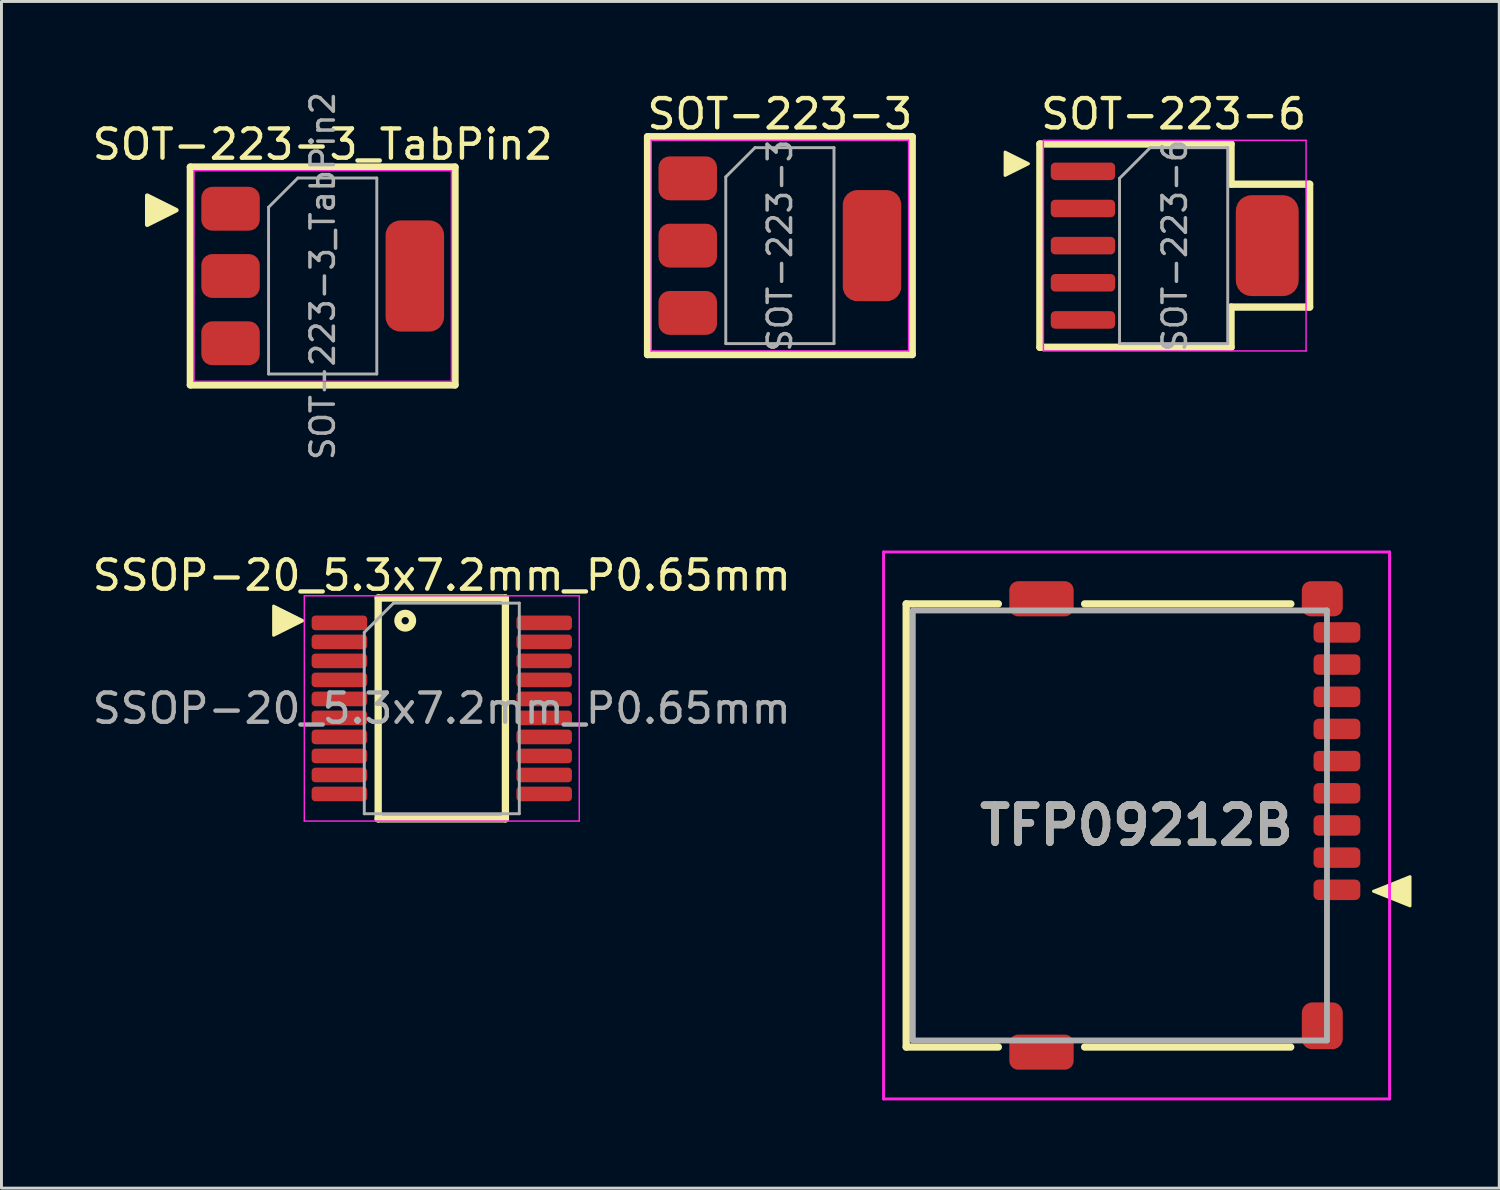
<source format=kicad_pcb>
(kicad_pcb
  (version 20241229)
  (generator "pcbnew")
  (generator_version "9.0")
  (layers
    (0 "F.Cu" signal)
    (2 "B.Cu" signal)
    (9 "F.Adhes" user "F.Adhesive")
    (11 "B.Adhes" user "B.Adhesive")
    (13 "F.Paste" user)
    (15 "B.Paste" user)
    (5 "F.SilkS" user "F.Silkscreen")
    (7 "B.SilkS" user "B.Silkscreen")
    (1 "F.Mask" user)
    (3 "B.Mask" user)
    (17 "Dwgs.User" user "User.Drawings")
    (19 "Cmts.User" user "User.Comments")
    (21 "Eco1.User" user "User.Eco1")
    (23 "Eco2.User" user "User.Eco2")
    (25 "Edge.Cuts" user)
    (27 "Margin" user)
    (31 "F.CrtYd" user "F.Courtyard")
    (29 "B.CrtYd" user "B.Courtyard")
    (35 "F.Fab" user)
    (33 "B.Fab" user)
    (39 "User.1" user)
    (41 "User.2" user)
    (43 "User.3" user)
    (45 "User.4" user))
  (footprint "SOT-223-3_TabPin2"
    (layer "F.Cu")
    (at 7.982 6.386)
    (property "Reference" "SOT-223-3_TabPin2" (at 0 -4.5 0) (layer "F.SilkS") (effects (font (size 1 1) (thickness 0.15))))
    (attr smd)
    (fp_line (start -4.524 -3.724) (end 4.524 -3.724) (stroke (width 0.25) (type solid)) (layer "F.SilkS"))
    (fp_line (start -4.524 3.724) (end -4.524 -3.724) (stroke (width 0.25) (type solid)) (layer "F.SilkS"))
    (fp_line (start 4.524 -3.724) (end 4.524 3.724) (stroke (width 0.25) (type solid)) (layer "F.SilkS"))
    (fp_line (start 4.524 3.724) (end -4.524 3.724) (stroke (width 0.25) (type solid)) (layer "F.SilkS"))
    (fp_poly (pts (xy -5 -2.25) (xy -6 -1.75) (xy -6 -2.75)) (stroke (width 0.15) (type solid)) (fill yes) (layer "F.SilkS"))
    (fp_line (start -4.4 -3.6) (end -4.4 3.6) (stroke (width 0.05) (type solid)) (layer "F.CrtYd"))
    (fp_line (start -4.4 3.6) (end 4.4 3.6) (stroke (width 0.05) (type solid)) (layer "F.CrtYd"))
    (fp_line (start 4.4 -3.6) (end -4.4 -3.6) (stroke (width 0.05) (type solid)) (layer "F.CrtYd"))
    (fp_line (start 4.4 3.6) (end 4.4 -3.6) (stroke (width 0.05) (type solid)) (layer "F.CrtYd"))
    (fp_line (start -1.85 -2.35) (end -1.85 3.35) (stroke (width 0.1) (type solid)) (layer "F.Fab"))
    (fp_line (start -1.85 -2.35) (end -0.85 -3.35) (stroke (width 0.1) (type solid)) (layer "F.Fab"))
    (fp_line (start -1.85 3.35) (end 1.85 3.35) (stroke (width 0.1) (type solid)) (layer "F.Fab"))
    (fp_line (start -0.85 -3.35) (end 1.85 -3.35) (stroke (width 0.1) (type solid)) (layer "F.Fab"))
    (fp_line (start 1.85 -3.35) (end 1.85 3.35) (stroke (width 0.1) (type solid)) (layer "F.Fab"))
    (fp_text user "${REFERENCE}" (at 0 0 90) (layer "F.Fab") (effects (font (size 0.8 0.8) (thickness 0.12))))
    (pad "1" smd roundrect (at -3.15 -2.3) (size 2 1.5) (layers "F.Cu" "F.Mask" "F.Paste") (roundrect_rratio 0.25))
    (pad "2" smd roundrect (at -3.15 0) (size 2 1.5) (layers "F.Cu" "F.Mask" "F.Paste") (roundrect_rratio 0.25))
    (pad "2" smd roundrect (at 3.15 0) (size 2 3.8) (layers "F.Cu" "F.Mask" "F.Paste") (roundrect_rratio 0.25))
    (pad "3" smd roundrect (at -3.15 2.3) (size 2 1.5) (layers "F.Cu" "F.Mask" "F.Paste") (roundrect_rratio 0.25)))
  (footprint "TFP09212B"
    (layer "F.Cu")
    (at 28.157 25.171)
    (property "Reference" "TFP09212B" (at 7.65 0 0) (layer "F.SilkS") (effects (font (size 1.27 1.27) (thickness 0.254))))
    (attr through_hole)
    (fp_line (start -0.225 -7.575) (end -0.225 7.575) (stroke (width 0.25) (type solid)) (layer "F.SilkS"))
    (fp_line (start -0.225 7.575) (end 2.925 7.575) (stroke (width 0.25) (type solid)) (layer "F.SilkS"))
    (fp_line (start 2.925 -7.575) (end -0.225 -7.575) (stroke (width 0.25) (type solid)) (layer "F.SilkS"))
    (fp_line (start 5.875 7.575) (end 12.92 7.575) (stroke (width 0.25) (type solid)) (layer "F.SilkS"))
    (fp_line (start 12.925 -7.575) (end 5.875 -7.575) (stroke (width 0.25) (type solid)) (layer "F.SilkS"))
    (fp_poly (pts (xy 17 2.75) (xy 15.75 2.25) (xy 17 1.75)) (stroke (width 0.1) (type solid)) (fill yes) (layer "F.SilkS"))
    (fp_line (start -1 -9.35) (end 16.3 -9.35) (stroke (width 0.1) (type solid)) (layer "F.CrtYd"))
    (fp_line (start -1 9.35) (end -1 -9.35) (stroke (width 0.1) (type solid)) (layer "F.CrtYd"))
    (fp_line (start 16.3 -9.35) (end 16.3 9.35) (stroke (width 0.1) (type solid)) (layer "F.CrtYd"))
    (fp_line (start 16.3 9.35) (end -1 9.35) (stroke (width 0.1) (type solid)) (layer "F.CrtYd"))
    (fp_line (start 0 -7.35) (end 14.16 -7.35) (stroke (width 0.2) (type solid)) (layer "F.Fab"))
    (fp_line (start 0 7.35) (end 0 -7.35) (stroke (width 0.2) (type solid)) (layer "F.Fab"))
    (fp_line (start 14.16 -7.35) (end 14.16 7.35) (stroke (width 0.2) (type solid)) (layer "F.Fab"))
    (fp_line (start 14.16 7.35) (end 0 7.35) (stroke (width 0.2) (type solid)) (layer "F.Fab"))
    (fp_text user "${REFERENCE}" (at 7.65 0 0) (layer "F.Fab") (effects (font (size 1.27 1.27) (thickness 0.254))))
    (pad "" np_thru_hole circle (at 4 -4.93) (size 0.001 0.001) (drill 1) (layers "*.Cu" "*.Mask"))
    (pad "" np_thru_hole circle (at 4 3.05) (size 0.001 0.001) (drill 1) (layers "*.Cu" "*.Mask"))
    (pad "1" smd roundrect (at 14.5 2.2 90) (size 0.7 1.6) (layers "F.Cu" "F.Mask" "F.Paste") (roundrect_rratio 0.25))
    (pad "2" smd roundrect (at 14.5 1.1 90) (size 0.7 1.6) (layers "F.Cu" "F.Mask" "F.Paste") (roundrect_rratio 0.25))
    (pad "3" smd roundrect (at 14.5 0 90) (size 0.7 1.6) (layers "F.Cu" "F.Mask" "F.Paste") (roundrect_rratio 0.25))
    (pad "4" smd roundrect (at 14.5 -1.1 90) (size 0.7 1.6) (layers "F.Cu" "F.Mask" "F.Paste") (roundrect_rratio 0.25))
    (pad "5" smd roundrect (at 14.5 -2.2 90) (size 0.7 1.6) (layers "F.Cu" "F.Mask" "F.Paste") (roundrect_rratio 0.25))
    (pad "6" smd roundrect (at 14.5 -3.3 90) (size 0.7 1.6) (layers "F.Cu" "F.Mask" "F.Paste") (roundrect_rratio 0.25))
    (pad "7" smd roundrect (at 14.5 -4.4 90) (size 0.7 1.6) (layers "F.Cu" "F.Mask" "F.Paste") (roundrect_rratio 0.25))
    (pad "8" smd roundrect (at 14.5 -5.5 90) (size 0.7 1.6) (layers "F.Cu" "F.Mask" "F.Paste") (roundrect_rratio 0.25))
    (pad "9" smd roundrect (at 14.5 -6.6 90) (size 0.7 1.6) (layers "F.Cu" "F.Mask" "F.Paste") (roundrect_rratio 0.25))
    (pad "10" smd roundrect (at 14 -7.75 90) (size 1.2 1.4) (layers "F.Cu" "F.Mask" "F.Paste") (roundrect_rratio 0.25))
    (pad "11" smd roundrect (at 4.4 -7.75 90) (size 1.2 2.2) (layers "F.Cu" "F.Mask" "F.Paste") (roundrect_rratio 0.25))
    (pad "12" smd roundrect (at 4.4 7.75 90) (size 1.2 2.2) (layers "F.Cu" "F.Mask" "F.Paste") (roundrect_rratio 0.25))
    (pad "13" smd roundrect (at 14 6.85) (size 1.4 1.6) (layers "F.Cu" "F.Mask" "F.Paste") (roundrect_rratio 0.25)))
  (footprint "SSOP-20_5.3x7.2mm_P0.65mm"
    (layer "F.Cu")
    (at 12.054 21.17)
    (property "Reference" "SSOP-20_5.3x7.2mm_P0.65mm" (at 0 -4.55 0) (layer "F.SilkS") (effects (font (size 1 1) (thickness 0.15))))
    (attr smd)
    (fp_line (start -2.175 3.775) (end -2.175 -3.775) (stroke (width 0.25) (type solid)) (layer "F.SilkS"))
    (fp_line (start 2.175 -3.775) (end -2.175 -3.775) (stroke (width 0.25) (type solid)) (layer "F.SilkS"))
    (fp_line (start 2.175 3.775) (end -2.175 3.775) (stroke (width 0.25) (type solid)) (layer "F.SilkS"))
    (fp_line (start 2.175 3.775) (end 2.175 -3.775) (stroke (width 0.25) (type solid)) (layer "F.SilkS"))
    (fp_circle (center -1.25 -3) (end -1.25 -3.25) (stroke (width 0.25) (type solid)) (fill no) (layer "F.SilkS"))
    (fp_poly (pts (xy -4.75 -3) (xy -5.75 -2.5) (xy -5.75 -3.5)) (stroke (width 0.1) (type solid)) (fill yes) (layer "F.SilkS"))
    (fp_line (start -4.7 -3.85) (end -4.7 3.85) (stroke (width 0.05) (type solid)) (layer "F.CrtYd"))
    (fp_line (start -4.7 3.85) (end 4.7 3.85) (stroke (width 0.05) (type solid)) (layer "F.CrtYd"))
    (fp_line (start 4.7 -3.85) (end -4.7 -3.85) (stroke (width 0.05) (type solid)) (layer "F.CrtYd"))
    (fp_line (start 4.7 3.85) (end 4.7 -3.85) (stroke (width 0.05) (type solid)) (layer "F.CrtYd"))
    (fp_line (start -2.65 -2.6) (end -1.65 -3.6) (stroke (width 0.1) (type solid)) (layer "F.Fab"))
    (fp_line (start -2.65 3.6) (end -2.65 -2.6) (stroke (width 0.1) (type solid)) (layer "F.Fab"))
    (fp_line (start -1.65 -3.6) (end 2.65 -3.6) (stroke (width 0.1) (type solid)) (layer "F.Fab"))
    (fp_line (start 2.65 -3.6) (end 2.65 3.6) (stroke (width 0.1) (type solid)) (layer "F.Fab"))
    (fp_line (start 2.65 3.6) (end -2.65 3.6) (stroke (width 0.1) (type solid)) (layer "F.Fab"))
    (fp_text user "${REFERENCE}" (at 0 0 0) (layer "F.Fab") (effects (font (size 1 1) (thickness 0.15))))
    (pad "1" smd roundrect (at -3.5 -2.925) (size 1.9 0.5) (layers "F.Cu" "F.Mask" "F.Paste") (roundrect_rratio 0.25))
    (pad "2" smd roundrect (at -3.5 -2.275) (size 1.9 0.5) (layers "F.Cu" "F.Mask" "F.Paste") (roundrect_rratio 0.25))
    (pad "3" smd roundrect (at -3.5 -1.625) (size 1.9 0.5) (layers "F.Cu" "F.Mask" "F.Paste") (roundrect_rratio 0.25))
    (pad "4" smd roundrect (at -3.5 -0.975) (size 1.9 0.5) (layers "F.Cu" "F.Mask" "F.Paste") (roundrect_rratio 0.25))
    (pad "5" smd roundrect (at -3.5 -0.325) (size 1.9 0.5) (layers "F.Cu" "F.Mask" "F.Paste") (roundrect_rratio 0.25))
    (pad "6" smd roundrect (at -3.5 0.325) (size 1.9 0.5) (layers "F.Cu" "F.Mask" "F.Paste") (roundrect_rratio 0.25))
    (pad "7" smd roundrect (at -3.5 0.975) (size 1.9 0.5) (layers "F.Cu" "F.Mask" "F.Paste") (roundrect_rratio 0.25))
    (pad "8" smd roundrect (at -3.5 1.625) (size 1.9 0.5) (layers "F.Cu" "F.Mask" "F.Paste") (roundrect_rratio 0.25))
    (pad "9" smd roundrect (at -3.5 2.275) (size 1.9 0.5) (layers "F.Cu" "F.Mask" "F.Paste") (roundrect_rratio 0.25))
    (pad "10" smd roundrect (at -3.5 2.925) (size 1.9 0.5) (layers "F.Cu" "F.Mask" "F.Paste") (roundrect_rratio 0.25))
    (pad "11" smd roundrect (at 3.5 2.925) (size 1.9 0.5) (layers "F.Cu" "F.Mask" "F.Paste") (roundrect_rratio 0.25))
    (pad "12" smd roundrect (at 3.5 2.275) (size 1.9 0.5) (layers "F.Cu" "F.Mask" "F.Paste") (roundrect_rratio 0.25))
    (pad "13" smd roundrect (at 3.5 1.625) (size 1.9 0.5) (layers "F.Cu" "F.Mask" "F.Paste") (roundrect_rratio 0.25))
    (pad "14" smd roundrect (at 3.5 0.975) (size 1.9 0.5) (layers "F.Cu" "F.Mask" "F.Paste") (roundrect_rratio 0.25))
    (pad "15" smd roundrect (at 3.5 0.325) (size 1.9 0.5) (layers "F.Cu" "F.Mask" "F.Paste") (roundrect_rratio 0.25))
    (pad "16" smd roundrect (at 3.5 -0.325) (size 1.9 0.5) (layers "F.Cu" "F.Mask" "F.Paste") (roundrect_rratio 0.25))
    (pad "17" smd roundrect (at 3.5 -0.975) (size 1.9 0.5) (layers "F.Cu" "F.Mask" "F.Paste") (roundrect_rratio 0.25))
    (pad "18" smd roundrect (at 3.5 -1.625) (size 1.9 0.5) (layers "F.Cu" "F.Mask" "F.Paste") (roundrect_rratio 0.25))
    (pad "19" smd roundrect (at 3.5 -2.275) (size 1.9 0.5) (layers "F.Cu" "F.Mask" "F.Paste") (roundrect_rratio 0.25))
    (pad "20" smd roundrect (at 3.5 -2.925) (size 1.9 0.5) (layers "F.Cu" "F.Mask" "F.Paste") (roundrect_rratio 0.25)))
  (footprint "SOT-223-3"
    (layer "F.Cu")
    (at 23.613 5.348)
    (property "Reference" "SOT-223-3" (at 0 -4.5 0) (layer "F.SilkS") (effects (font (size 1 1) (thickness 0.15))))
    (attr smd)
    (fp_line (start -4.524 -3.724) (end 4.524 -3.724) (stroke (width 0.25) (type solid)) (layer "F.SilkS"))
    (fp_line (start -4.524 3.724) (end -4.524 -3.724) (stroke (width 0.25) (type solid)) (layer "F.SilkS"))
    (fp_line (start 4.524 -3.724) (end 4.524 3.724) (stroke (width 0.25) (type solid)) (layer "F.SilkS"))
    (fp_line (start 4.524 3.724) (end -4.524 3.724) (stroke (width 0.25) (type solid)) (layer "F.SilkS"))
    (fp_line (start -4.4 -3.6) (end -4.4 3.6) (stroke (width 0.05) (type solid)) (layer "F.CrtYd"))
    (fp_line (start -4.4 3.6) (end 4.4 3.6) (stroke (width 0.05) (type solid)) (layer "F.CrtYd"))
    (fp_line (start 4.4 -3.6) (end -4.4 -3.6) (stroke (width 0.05) (type solid)) (layer "F.CrtYd"))
    (fp_line (start 4.4 3.6) (end 4.4 -3.6) (stroke (width 0.05) (type solid)) (layer "F.CrtYd"))
    (fp_line (start -1.85 -2.35) (end -1.85 3.35) (stroke (width 0.1) (type solid)) (layer "F.Fab"))
    (fp_line (start -1.85 -2.35) (end -0.85 -3.35) (stroke (width 0.1) (type solid)) (layer "F.Fab"))
    (fp_line (start -1.85 3.35) (end 1.85 3.35) (stroke (width 0.1) (type solid)) (layer "F.Fab"))
    (fp_line (start -0.85 -3.35) (end 1.85 -3.35) (stroke (width 0.1) (type solid)) (layer "F.Fab"))
    (fp_line (start 1.85 -3.35) (end 1.85 3.35) (stroke (width 0.1) (type solid)) (layer "F.Fab"))
    (fp_text user "${REFERENCE}" (at 0 0 90) (layer "F.Fab") (effects (font (size 0.8 0.8) (thickness 0.12))))
    (pad "1" smd roundrect (at -3.15 -2.3) (size 2 1.5) (layers "F.Cu" "F.Mask" "F.Paste") (roundrect_rratio 0.25))
    (pad "2" smd roundrect (at -3.15 0) (size 2 1.5) (layers "F.Cu" "F.Mask" "F.Paste") (roundrect_rratio 0.25))
    (pad "3" smd roundrect (at -3.15 2.3) (size 2 1.5) (layers "F.Cu" "F.Mask" "F.Paste") (roundrect_rratio 0.25))
    (pad "4" smd roundrect (at 3.15 0) (size 2 3.8) (layers "F.Cu" "F.Mask" "F.Paste") (roundrect_rratio 0.25)))
  (footprint "SOT-223-6"
    (layer "F.Cu")
    (at 37.112 5.348)
    (property "Reference" "SOT-223-6" (at -0.037 -4.5 0) (layer "F.SilkS") (effects (font (size 1 1) (thickness 0.15))))
    (attr smd)
    (fp_line (start -4.61 -3.475) (end -4.61 3.475) (stroke (width 0.25) (type solid)) (layer "F.SilkS"))
    (fp_line (start -4.61 -3.475) (end 1.925 -3.475) (stroke (width 0.25) (type solid)) (layer "F.SilkS"))
    (fp_line (start -4.61 3.475) (end 1.925 3.475) (stroke (width 0.25) (type solid)) (layer "F.SilkS"))
    (fp_line (start 1.925 -3.475) (end 1.925 -2.1) (stroke (width 0.25) (type solid)) (layer "F.SilkS"))
    (fp_line (start 1.925 -2.1) (end 4.612 -2.1) (stroke (width 0.25) (type solid)) (layer "F.SilkS"))
    (fp_line (start 1.925 2.1) (end 4.612 2.1) (stroke (width 0.25) (type solid)) (layer "F.SilkS"))
    (fp_line (start 1.925 3.475) (end 1.925 2.1) (stroke (width 0.25) (type solid)) (layer "F.SilkS"))
    (fp_line (start 4.612 -2.1) (end 4.612 2.1) (stroke (width 0.25) (type solid)) (layer "F.SilkS"))
    (fp_poly (pts (xy -5 -2.8) (xy -5.8 -2.4) (xy -5.8 -3.2)) (stroke (width 0.1) (type solid)) (fill yes) (layer "F.SilkS"))
    (fp_line (start -4.49 -3.6) (end -4.49 3.6) (stroke (width 0.05) (type solid)) (layer "F.CrtYd"))
    (fp_line (start -4.49 -3.6) (end 4.49 -3.6) (stroke (width 0.05) (type solid)) (layer "F.CrtYd"))
    (fp_line (start 4.49 3.6) (end -4.49 3.6) (stroke (width 0.05) (type solid)) (layer "F.CrtYd"))
    (fp_line (start 4.49 3.6) (end 4.49 -3.6) (stroke (width 0.05) (type solid)) (layer "F.CrtYd"))
    (fp_line (start -1.887 -2.3) (end -1.887 3.35) (stroke (width 0.1) (type solid)) (layer "F.Fab"))
    (fp_line (start -1.887 -2.3) (end -0.838 -3.35) (stroke (width 0.1) (type solid)) (layer "F.Fab"))
    (fp_line (start -1.887 3.35) (end 1.812 3.35) (stroke (width 0.1) (type solid)) (layer "F.Fab"))
    (fp_line (start -0.838 -3.35) (end 1.812 -3.35) (stroke (width 0.1) (type solid)) (layer "F.Fab"))
    (fp_line (start 1.812 -3.35) (end 1.812 3.35) (stroke (width 0.1) (type solid)) (layer "F.Fab"))
    (fp_text user "${REFERENCE}" (at 0 0 90) (layer "F.Fab") (effects (font (size 0.8 0.8) (thickness 0.12))))
    (pad "1" smd roundrect (at -3.138 -2.54) (size 2.2 0.6) (layers "F.Cu" "F.Mask" "F.Paste") (roundrect_rratio 0.25))
    (pad "2" smd roundrect (at -3.138 -1.27) (size 2.2 0.6) (layers "F.Cu" "F.Mask" "F.Paste") (roundrect_rratio 0.25))
    (pad "3" smd roundrect (at -3.138 0) (size 2.2 0.6) (layers "F.Cu" "F.Mask" "F.Paste") (roundrect_rratio 0.25))
    (pad "4" smd roundrect (at -3.138 1.27) (size 2.2 0.6) (layers "F.Cu" "F.Mask" "F.Paste") (roundrect_rratio 0.25))
    (pad "5" smd roundrect (at -3.138 2.54) (size 2.2 0.6) (layers "F.Cu" "F.Mask" "F.Paste") (roundrect_rratio 0.25))
    (pad "6" smd roundrect (at 3.163 0) (size 2.15 3.45) (layers "F.Cu" "F.Mask" "F.Paste") (roundrect_rratio 0.25)))
  (gr_rect
    (start -3 -3)
    (end 48.207 37.571)
    (stroke (width 0.1) (type default))
    (fill no)
    (layer "Edge.Cuts")))
</source>
